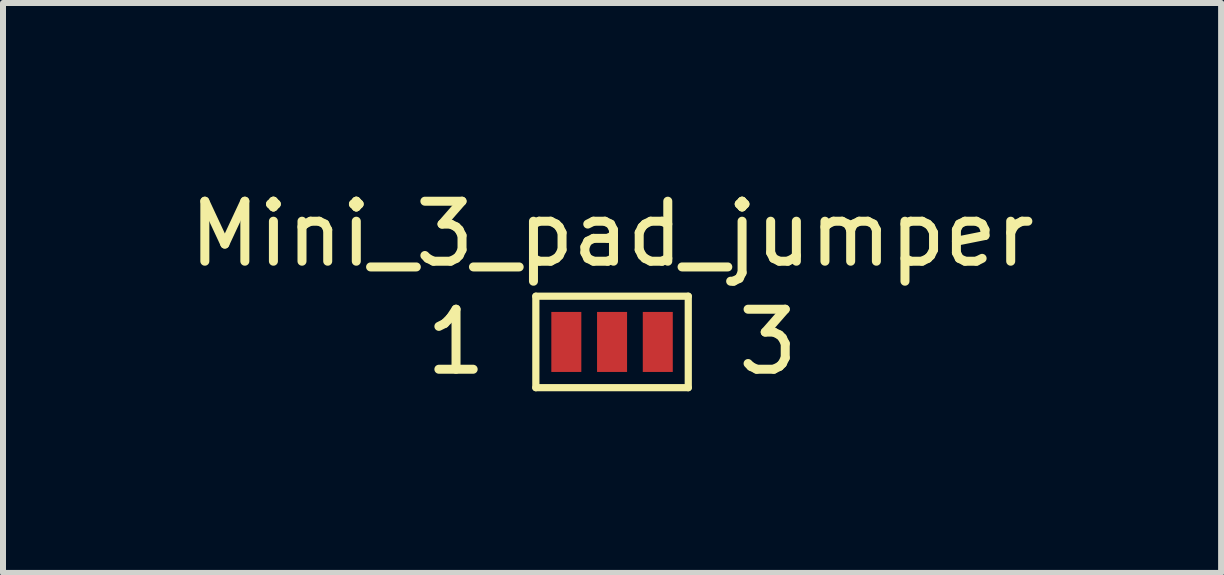
<source format=kicad_pcb>
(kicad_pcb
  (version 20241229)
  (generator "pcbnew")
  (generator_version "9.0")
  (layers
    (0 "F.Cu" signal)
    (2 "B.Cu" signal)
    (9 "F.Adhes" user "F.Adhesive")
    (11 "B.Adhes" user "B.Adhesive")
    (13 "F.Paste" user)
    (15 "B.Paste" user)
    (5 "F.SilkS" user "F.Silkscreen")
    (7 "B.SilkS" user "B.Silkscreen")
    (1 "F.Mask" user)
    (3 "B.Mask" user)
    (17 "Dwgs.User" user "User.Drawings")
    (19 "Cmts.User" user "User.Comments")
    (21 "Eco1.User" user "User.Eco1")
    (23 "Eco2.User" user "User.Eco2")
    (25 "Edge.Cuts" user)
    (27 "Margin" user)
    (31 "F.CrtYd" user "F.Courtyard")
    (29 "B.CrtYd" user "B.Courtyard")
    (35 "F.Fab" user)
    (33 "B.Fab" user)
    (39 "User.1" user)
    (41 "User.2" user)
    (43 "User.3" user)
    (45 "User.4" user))
  (footprint "Mini_3_pad_jumper"
    (layer "F.Cu")
    (at 7.149 2.648)
    (property "Reference" "Mini_3_pad_jumper" (at 0 -1.8 0) (layer "F.SilkS") (effects (font (size 1 1) (thickness 0.15))))
    (attr exclude_from_pos_files exclude_from_bom)
    (fp_line (start -1.27 -0.762) (end 1.27 -0.762) (stroke (width 0.12) (type solid)) (layer "F.SilkS"))
    (fp_line (start -1.27 0.762) (end -1.27 -0.762) (stroke (width 0.12) (type solid)) (layer "F.SilkS"))
    (fp_line (start 1.27 -0.762) (end 1.27 0.762) (stroke (width 0.12) (type solid)) (layer "F.SilkS"))
    (fp_line (start 1.27 0.762) (end -1.27 0.762) (stroke (width 0.12) (type solid)) (layer "F.SilkS"))
    (fp_text user "3" (at 2.6 0 0) (layer "F.SilkS") (effects (font (size 1 1) (thickness 0.15))))
    (fp_text user "1" (at -2.6 0 0) (layer "F.SilkS") (effects (font (size 1 1) (thickness 0.15))))
    (pad "1" smd rect (at -0.762 0) (size 0.5 1) (layers "F.Cu" "F.Mask"))
    (pad "2" smd rect (at 0 0) (size 0.5 1) (layers "F.Cu" "F.Mask"))
    (pad "3" smd rect (at 0.762 0) (size 0.5 1) (layers "F.Cu" "F.Mask")))
  (gr_rect
    (start -3 -3)
    (end 17.298 6.497)
    (stroke (width 0.1) (type default))
    (fill no)
    (layer "Edge.Cuts")))
</source>
